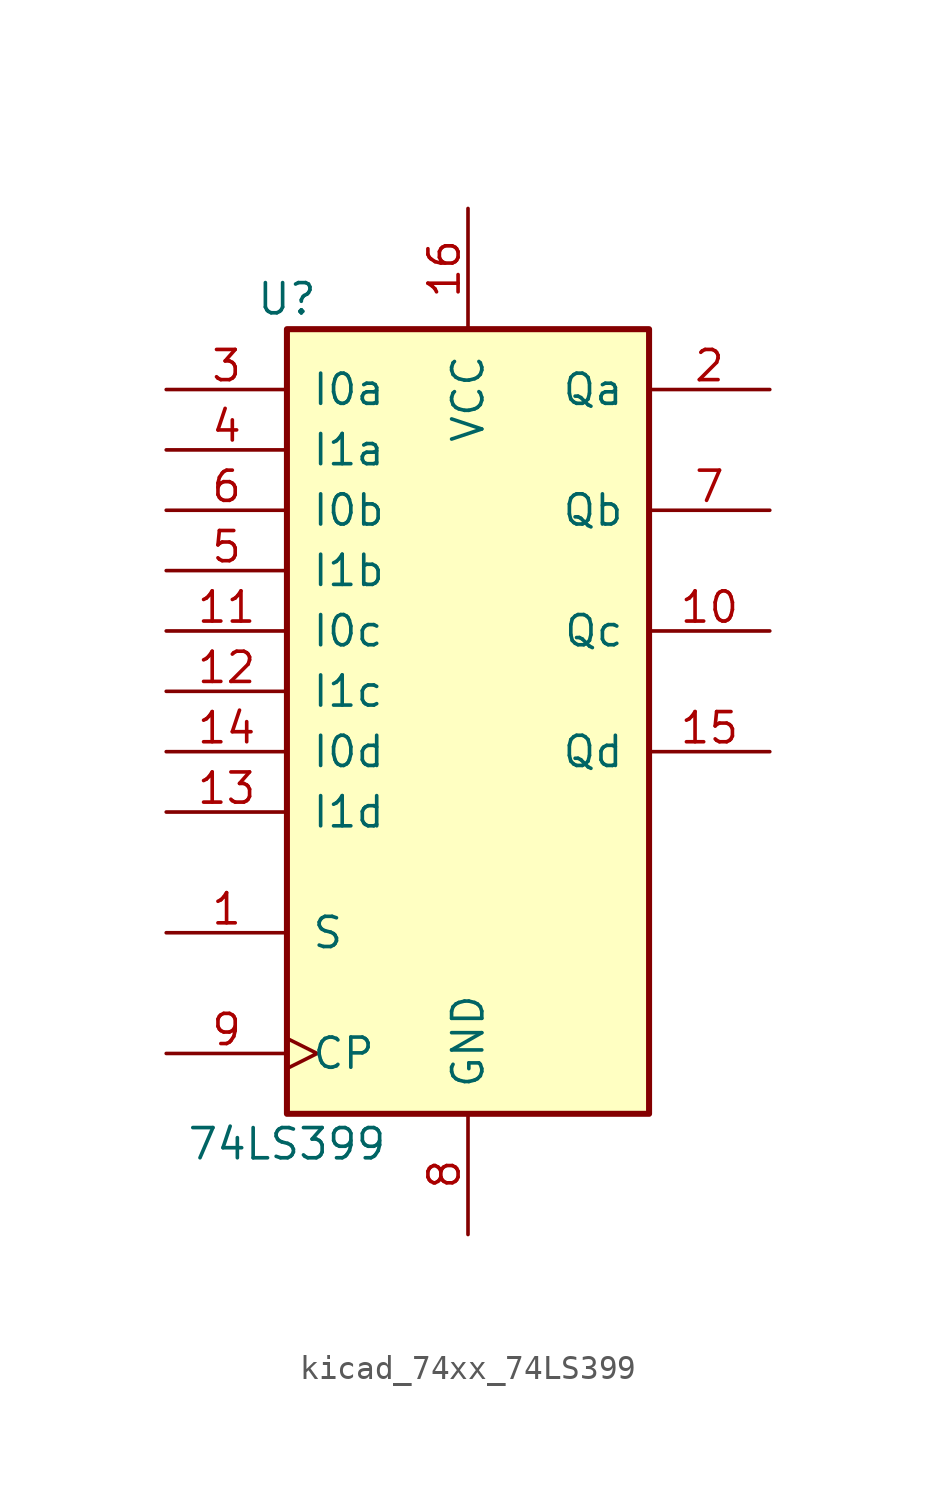
<source format=kicad_sym>
(kicad_symbol_lib
  (version 20220914)
  (generator kicad_symbol_editor)
  (symbol "kicad_74xx_74LS399"
    (pin_names
      (offset 1.016))
    (property "Reference" "U"
      (at -7.62 16.51 0)
      (effects (font (size 1.27 1.27))))
    (property "Value" "74LS399"
      (at -7.62 -19.05 0)
      (effects (font (size 1.27 1.27))))
    (property "ki_locked" ""
      (at 0 0 0)
      (effects (font (size 1.27 1.27))))
    (symbol "kicad_74xx_74LS399_1_0"
      (pin input line (at -12.7 -10.16 0) (length 5.08) (name "S" (effects (font (size 1.27 1.27)))) (number "1" (effects (font (size 1.27 1.27)))))
      (pin output line (at 12.7 2.54 180) (length 5.08) (name "Qc" (effects (font (size 1.27 1.27)))) (number "10" (effects (font (size 1.27 1.27)))))
      (pin input line (at -12.7 2.54 0) (length 5.08) (name "I0c" (effects (font (size 1.27 1.27)))) (number "11" (effects (font (size 1.27 1.27)))))
      (pin input line (at -12.7 0 0) (length 5.08) (name "I1c" (effects (font (size 1.27 1.27)))) (number "12" (effects (font (size 1.27 1.27)))))
      (pin input line (at -12.7 -5.08 0) (length 5.08) (name "I1d" (effects (font (size 1.27 1.27)))) (number "13" (effects (font (size 1.27 1.27)))))
      (pin input line (at -12.7 -2.54 0) (length 5.08) (name "I0d" (effects (font (size 1.27 1.27)))) (number "14" (effects (font (size 1.27 1.27)))))
      (pin output line (at 12.7 -2.54 180) (length 5.08) (name "Qd" (effects (font (size 1.27 1.27)))) (number "15" (effects (font (size 1.27 1.27)))))
      (pin power_in line (at 0 20.32 270) (length 5.08) (name "VCC" (effects (font (size 1.27 1.27)))) (number "16" (effects (font (size 1.27 1.27)))))
      (pin output line (at 12.7 12.7 180) (length 5.08) (name "Qa" (effects (font (size 1.27 1.27)))) (number "2" (effects (font (size 1.27 1.27)))))
      (pin input line (at -12.7 12.7 0) (length 5.08) (name "I0a" (effects (font (size 1.27 1.27)))) (number "3" (effects (font (size 1.27 1.27)))))
      (pin input line (at -12.7 10.16 0) (length 5.08) (name "I1a" (effects (font (size 1.27 1.27)))) (number "4" (effects (font (size 1.27 1.27)))))
      (pin input line (at -12.7 5.08 0) (length 5.08) (name "I1b" (effects (font (size 1.27 1.27)))) (number "5" (effects (font (size 1.27 1.27)))))
      (pin input line (at -12.7 7.62 0) (length 5.08) (name "I0b" (effects (font (size 1.27 1.27)))) (number "6" (effects (font (size 1.27 1.27)))))
      (pin output line (at 12.7 7.62 180) (length 5.08) (name "Qb" (effects (font (size 1.27 1.27)))) (number "7" (effects (font (size 1.27 1.27)))))
      (pin power_in line (at 0 -22.86 90) (length 5.08) (name "GND" (effects (font (size 1.27 1.27)))) (number "8" (effects (font (size 1.27 1.27)))))
      (pin input clock (at -12.7 -15.24 0) (length 5.08) (name "CP" (effects (font (size 1.27 1.27)))) (number "9" (effects (font (size 1.27 1.27))))))
    (symbol "kicad_74xx_74LS399_1_1"
      (rectangle (start -7.62 15.24) (end 7.62 -17.78) (stroke (width 0.254) (type default)) (fill (type background))))))
</source>
